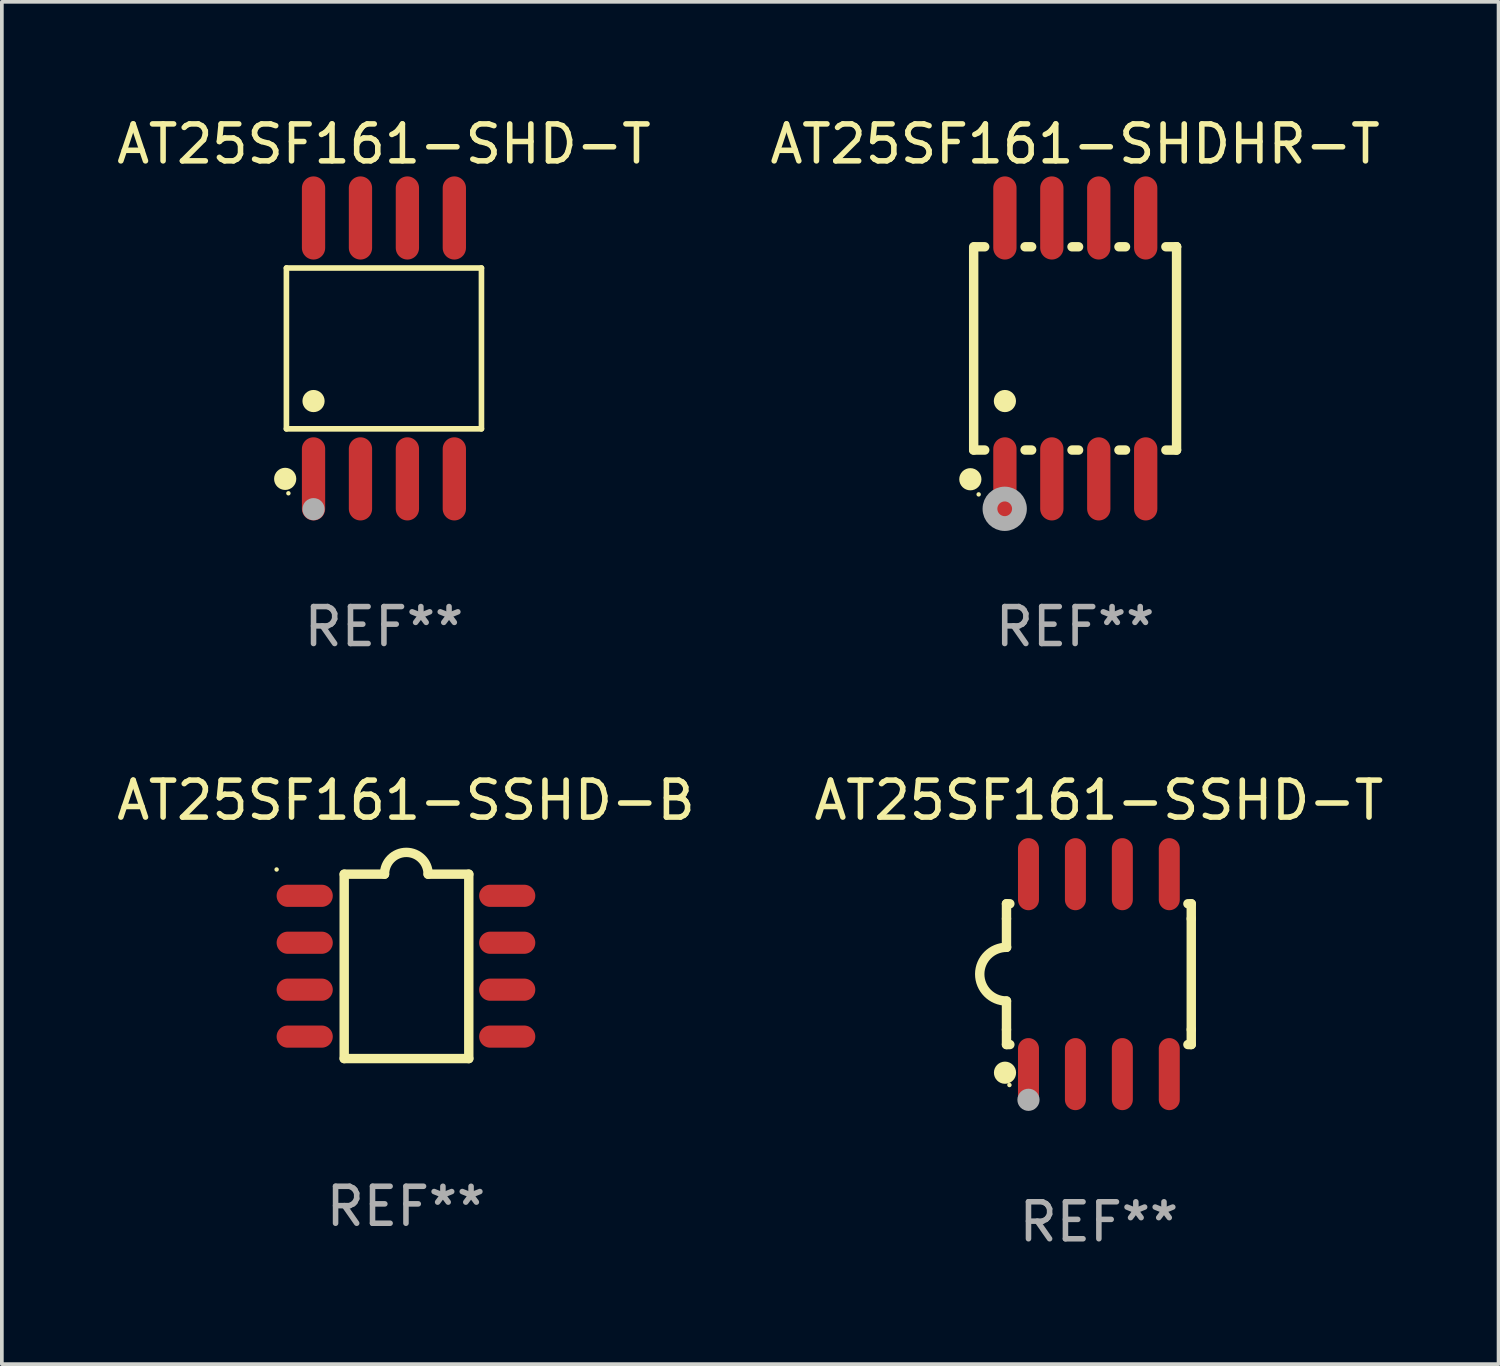
<source format=kicad_pcb>
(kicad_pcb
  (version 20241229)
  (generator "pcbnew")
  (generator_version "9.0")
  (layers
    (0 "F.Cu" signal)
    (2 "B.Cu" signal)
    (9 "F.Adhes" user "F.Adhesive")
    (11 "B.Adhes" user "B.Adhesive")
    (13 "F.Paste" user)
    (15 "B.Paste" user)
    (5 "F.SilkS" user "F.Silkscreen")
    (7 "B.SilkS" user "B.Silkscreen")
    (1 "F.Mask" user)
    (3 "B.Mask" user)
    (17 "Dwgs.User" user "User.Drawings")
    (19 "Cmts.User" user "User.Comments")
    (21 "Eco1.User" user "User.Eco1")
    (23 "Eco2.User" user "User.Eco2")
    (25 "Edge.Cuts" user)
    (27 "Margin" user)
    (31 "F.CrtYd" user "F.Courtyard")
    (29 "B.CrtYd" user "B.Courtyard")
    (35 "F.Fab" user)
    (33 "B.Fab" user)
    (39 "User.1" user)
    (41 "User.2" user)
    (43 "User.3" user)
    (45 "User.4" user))
  (footprint "AT25SF161-SSHD-B"
    (layer "F.Cu")
    (at 7.935 23.1)
    (property "Reference" "AT25SF161-SSHD-B" (at 0 -4.495 0) (layer "F.SilkS") (effects (font (size 1 1) (thickness 0.15))))
    (attr through_hole)
    (fp_line (start -1.671 -2.495) (end -0.58 -2.495) (stroke (width 0.254) (type solid)) (layer "F.SilkS"))
    (fp_line (start -1.671 2.495) (end -1.671 -2.495) (stroke (width 0.254) (type solid)) (layer "F.SilkS"))
    (fp_line (start 0.6 -2.495) (end 1.7 -2.495) (stroke (width 0.254) (type solid)) (layer "F.SilkS"))
    (fp_line (start 1.7 -2.495) (end 1.7 2.495) (stroke (width 0.254) (type solid)) (layer "F.SilkS"))
    (fp_line (start 1.7 2.495) (end -1.671 2.495) (stroke (width 0.254) (type solid)) (layer "F.SilkS"))
    (fp_arc (start -0.58001 -2.495009) (mid 0.009995 -3.083327) (end 0.6 -2.495009) (stroke (width 0.254001) (type solid)) (layer "F.SilkS"))
    (fp_circle (center -3.5 -2.622) (end -3.47 -2.622) (stroke (width 0.06) (type solid)) (fill no) (layer "F.SilkS"))
    (fp_text user "REF**" (at 0 6.495 0) (layer "F.Fab") (effects (font (size 1 1) (thickness 0.15))))
    (pad "1" smd oval (at -2.74 -1.91 90) (size 0.6 1.52) (layers "F.Cu" "F.Mask" "F.Paste"))
    (pad "2" smd oval (at -2.74 -0.64 90) (size 0.6 1.52) (layers "F.Cu" "F.Mask" "F.Paste"))
    (pad "3" smd oval (at -2.74 0.63 90) (size 0.6 1.52) (layers "F.Cu" "F.Mask" "F.Paste"))
    (pad "4" smd oval (at -2.74 1.9 90) (size 0.6 1.52) (layers "F.Cu" "F.Mask" "F.Paste"))
    (pad "5" smd oval (at 2.74 1.9 90) (size 0.6 1.52) (layers "F.Cu" "F.Mask" "F.Paste"))
    (pad "6" smd oval (at 2.74 0.63 90) (size 0.6 1.52) (layers "F.Cu" "F.Mask" "F.Paste"))
    (pad "7" smd oval (at 2.74 -0.64 90) (size 0.6 1.52) (layers "F.Cu" "F.Mask" "F.Paste"))
    (pad "8" smd oval (at 2.74 -1.91 90) (size 0.6 1.52) (layers "F.Cu" "F.Mask" "F.Paste")))
  (footprint "AT25SF161-SHD-T"
    (layer "F.Cu")
    (at 7.339 6.378)
    (property "Reference" "AT25SF161-SHD-T" (at 0 -5.53 0) (layer "F.SilkS") (effects (font (size 1 1) (thickness 0.15))))
    (attr through_hole)
    (fp_line (start -2.639 -2.176) (end 2.639 -2.176) (stroke (width 0.152) (type solid)) (layer "F.SilkS"))
    (fp_line (start -2.639 2.176) (end -2.639 -2.176) (stroke (width 0.152) (type solid)) (layer "F.SilkS"))
    (fp_line (start 2.639 -2.176) (end 2.639 2.176) (stroke (width 0.152) (type solid)) (layer "F.SilkS"))
    (fp_line (start 2.639 2.176) (end -2.639 2.176) (stroke (width 0.152) (type solid)) (layer "F.SilkS"))
    (fp_circle (center -2.672 3.53) (end -2.522 3.53) (stroke (width 0.3) (type solid)) (fill no) (layer "F.SilkS"))
    (fp_circle (center -2.585 3.92) (end -2.555 3.92) (stroke (width 0.06) (type solid)) (fill no) (layer "F.SilkS"))
    (fp_circle (center -1.905 1.424) (end -1.755 1.424) (stroke (width 0.3) (type solid)) (fill no) (layer "F.SilkS"))
    (fp_circle (center -1.905 4.35) (end -1.755 4.35) (stroke (width 0.3) (type solid)) (fill no) (layer "F.Fab"))
    (fp_text user "REF**" (at 0 7.53 0) (layer "F.Fab") (effects (font (size 1 1) (thickness 0.15))))
    (pad "1" smd oval (at -1.905 3.53) (size 0.63 2.25) (layers "F.Cu" "F.Mask" "F.Paste"))
    (pad "2" smd oval (at -0.635 3.53) (size 0.63 2.25) (layers "F.Cu" "F.Mask" "F.Paste"))
    (pad "3" smd oval (at 0.635 3.53) (size 0.63 2.25) (layers "F.Cu" "F.Mask" "F.Paste"))
    (pad "4" smd oval (at 1.905 3.53) (size 0.63 2.25) (layers "F.Cu" "F.Mask" "F.Paste"))
    (pad "5" smd oval (at 1.905 -3.53) (size 0.63 2.25) (layers "F.Cu" "F.Mask" "F.Paste"))
    (pad "6" smd oval (at 0.635 -3.53) (size 0.63 2.25) (layers "F.Cu" "F.Mask" "F.Paste"))
    (pad "7" smd oval (at -0.635 -3.53) (size 0.63 2.25) (layers "F.Cu" "F.Mask" "F.Paste"))
    (pad "8" smd oval (at -1.905 -3.53) (size 0.63 2.25) (layers "F.Cu" "F.Mask" "F.Paste")))
  (footprint "AT25SF161-SSHD-T"
    (layer "F.Cu")
    (at 26.685 23.31)
    (property "Reference" "AT25SF161-SSHD-T" (at 0 -4.705 0) (layer "F.SilkS") (effects (font (size 1 1) (thickness 0.15))))
    (attr through_hole)
    (fp_line (start -2.5 -1.905) (end -2.409 -1.905) (stroke (width 0.254) (type solid)) (layer "F.SilkS"))
    (fp_line (start -2.5 -1.5) (end -2.5 -1.905) (stroke (width 0.254) (type solid)) (layer "F.SilkS"))
    (fp_line (start -2.5 -1.5) (end -2.5 -0.726) (stroke (width 0.254) (type solid)) (layer "F.SilkS"))
    (fp_line (start -2.5 1.5) (end -2.5 0.727) (stroke (width 0.254) (type solid)) (layer "F.SilkS"))
    (fp_line (start -2.5 1.5) (end -2.5 1.905) (stroke (width 0.254) (type solid)) (layer "F.SilkS"))
    (fp_line (start -2.5 1.905) (end -2.409 1.905) (stroke (width 0.254) (type solid)) (layer "F.SilkS"))
    (fp_line (start 2.5 -1.905) (end 2.409 -1.905) (stroke (width 0.254) (type solid)) (layer "F.SilkS"))
    (fp_line (start 2.5 -1.5) (end 2.5 -1.905) (stroke (width 0.254) (type solid)) (layer "F.SilkS"))
    (fp_line (start 2.5 -1.5) (end 2.5 1.5) (stroke (width 0.254) (type solid)) (layer "F.SilkS"))
    (fp_line (start 2.5 1.5) (end 2.5 1.905) (stroke (width 0.254) (type solid)) (layer "F.SilkS"))
    (fp_line (start 2.5 1.905) (end 2.409 1.905) (stroke (width 0.254) (type solid)) (layer "F.SilkS"))
    (fp_arc (start -2.5 0.726568) (mid -3.220316 -0.0023) (end -2.495097 -0.726289) (stroke (width 0.254001) (type solid)) (layer "F.SilkS"))
    (fp_circle (center -2.54 2.667) (end -2.39 2.667) (stroke (width 0.3) (type solid)) (fill no) (layer "F.SilkS"))
    (fp_circle (center -2.42 3) (end -2.39 3) (stroke (width 0.06) (type solid)) (fill no) (layer "F.SilkS"))
    (fp_circle (center -1.905 3.4) (end -1.755 3.4) (stroke (width 0.3) (type solid)) (fill no) (layer "F.Fab"))
    (fp_text user "REF**" (at 0 6.705 0) (layer "F.Fab") (effects (font (size 1 1) (thickness 0.15))))
    (pad "1" smd oval (at -1.905 2.705) (size 0.568 1.95) (layers "F.Cu" "F.Mask" "F.Paste"))
    (pad "2" smd oval (at -0.635 2.705) (size 0.568 1.95) (layers "F.Cu" "F.Mask" "F.Paste"))
    (pad "3" smd oval (at 0.635 2.705) (size 0.568 1.95) (layers "F.Cu" "F.Mask" "F.Paste"))
    (pad "4" smd oval (at 1.905 2.705) (size 0.568 1.95) (layers "F.Cu" "F.Mask" "F.Paste"))
    (pad "5" smd oval (at 1.905 -2.705) (size 0.568 1.95) (layers "F.Cu" "F.Mask" "F.Paste"))
    (pad "6" smd oval (at 0.635 -2.705) (size 0.568 1.95) (layers "F.Cu" "F.Mask" "F.Paste"))
    (pad "7" smd oval (at -0.635 -2.705) (size 0.568 1.95) (layers "F.Cu" "F.Mask" "F.Paste"))
    (pad "8" smd oval (at -1.905 -2.705) (size 0.568 1.95) (layers "F.Cu" "F.Mask" "F.Paste")))
  (footprint "AT25SF161-SHDHR-T"
    (layer "F.Cu")
    (at 26.042 6.378)
    (property "Reference" "AT25SF161-SHDHR-T" (at 0 -5.53 0) (layer "F.SilkS") (effects (font (size 1 1) (thickness 0.15))))
    (attr through_hole)
    (fp_line (start -2.745 -2.75) (end -2.745 2.75) (stroke (width 0.254) (type solid)) (layer "F.SilkS"))
    (fp_line (start -2.745 2.75) (end -2.446 2.75) (stroke (width 0.254) (type solid)) (layer "F.SilkS"))
    (fp_line (start -2.446 -2.75) (end -2.725 -2.75) (stroke (width 0.254) (type solid)) (layer "F.SilkS"))
    (fp_line (start -1.354 2.75) (end -1.176 2.75) (stroke (width 0.254) (type solid)) (layer "F.SilkS"))
    (fp_line (start -1.176 -2.75) (end -1.354 -2.75) (stroke (width 0.254) (type solid)) (layer "F.SilkS"))
    (fp_line (start -0.084 2.75) (end 0.094 2.75) (stroke (width 0.254) (type solid)) (layer "F.SilkS"))
    (fp_line (start 0.094 -2.75) (end -0.084 -2.75) (stroke (width 0.254) (type solid)) (layer "F.SilkS"))
    (fp_line (start 1.186 2.75) (end 1.364 2.75) (stroke (width 0.254) (type solid)) (layer "F.SilkS"))
    (fp_line (start 1.364 -2.75) (end 1.186 -2.75) (stroke (width 0.254) (type solid)) (layer "F.SilkS"))
    (fp_line (start 2.456 2.751) (end 2.745 2.751) (stroke (width 0.254) (type solid)) (layer "F.SilkS"))
    (fp_line (start 2.745 -2.751) (end 2.456 -2.751) (stroke (width 0.254) (type solid)) (layer "F.SilkS"))
    (fp_line (start 2.745 -2.751) (end 2.745 -2.751) (stroke (width 0.254) (type solid)) (layer "F.SilkS"))
    (fp_line (start 2.745 2.751) (end 2.745 -2.751) (stroke (width 0.254) (type solid)) (layer "F.SilkS"))
    (fp_circle (center -2.835 3.54) (end -2.685 3.54) (stroke (width 0.3) (type solid)) (fill no) (layer "F.SilkS"))
    (fp_circle (center -2.61 3.95) (end -2.58 3.95) (stroke (width 0.06) (type solid)) (fill no) (layer "F.SilkS"))
    (fp_circle (center -1.9 1.424) (end -1.75 1.424) (stroke (width 0.3) (type solid)) (fill no) (layer "F.SilkS"))
    (fp_circle (center -1.905 4.34) (end -1.706 4.34) (stroke (width 0.4) (type solid)) (fill no) (layer "F.Fab"))
    (fp_text user "REF**" (at 0 7.53 0) (layer "F.Fab") (effects (font (size 1 1) (thickness 0.15))))
    (pad "1" smd oval (at -1.9 3.53) (size 0.63 2.25) (layers "F.Cu" "F.Mask" "F.Paste"))
    (pad "2" smd oval (at -0.63 3.53) (size 0.63 2.25) (layers "F.Cu" "F.Mask" "F.Paste"))
    (pad "3" smd oval (at 0.64 3.53) (size 0.63 2.25) (layers "F.Cu" "F.Mask" "F.Paste"))
    (pad "4" smd oval (at 1.91 3.53) (size 0.63 2.25) (layers "F.Cu" "F.Mask" "F.Paste"))
    (pad "5" smd oval (at 1.91 -3.53) (size 0.63 2.25) (layers "F.Cu" "F.Mask" "F.Paste"))
    (pad "6" smd oval (at 0.64 -3.53) (size 0.63 2.25) (layers "F.Cu" "F.Mask" "F.Paste"))
    (pad "7" smd oval (at -0.63 -3.53) (size 0.63 2.25) (layers "F.Cu" "F.Mask" "F.Paste"))
    (pad "8" smd oval (at -1.9 -3.53) (size 0.63 2.25) (layers "F.Cu" "F.Mask" "F.Paste")))
  (gr_rect
    (start -3 -3)
    (end 37.5 33.863)
    (stroke (width 0.1) (type default))
    (fill no)
    (layer "Edge.Cuts")))
</source>
